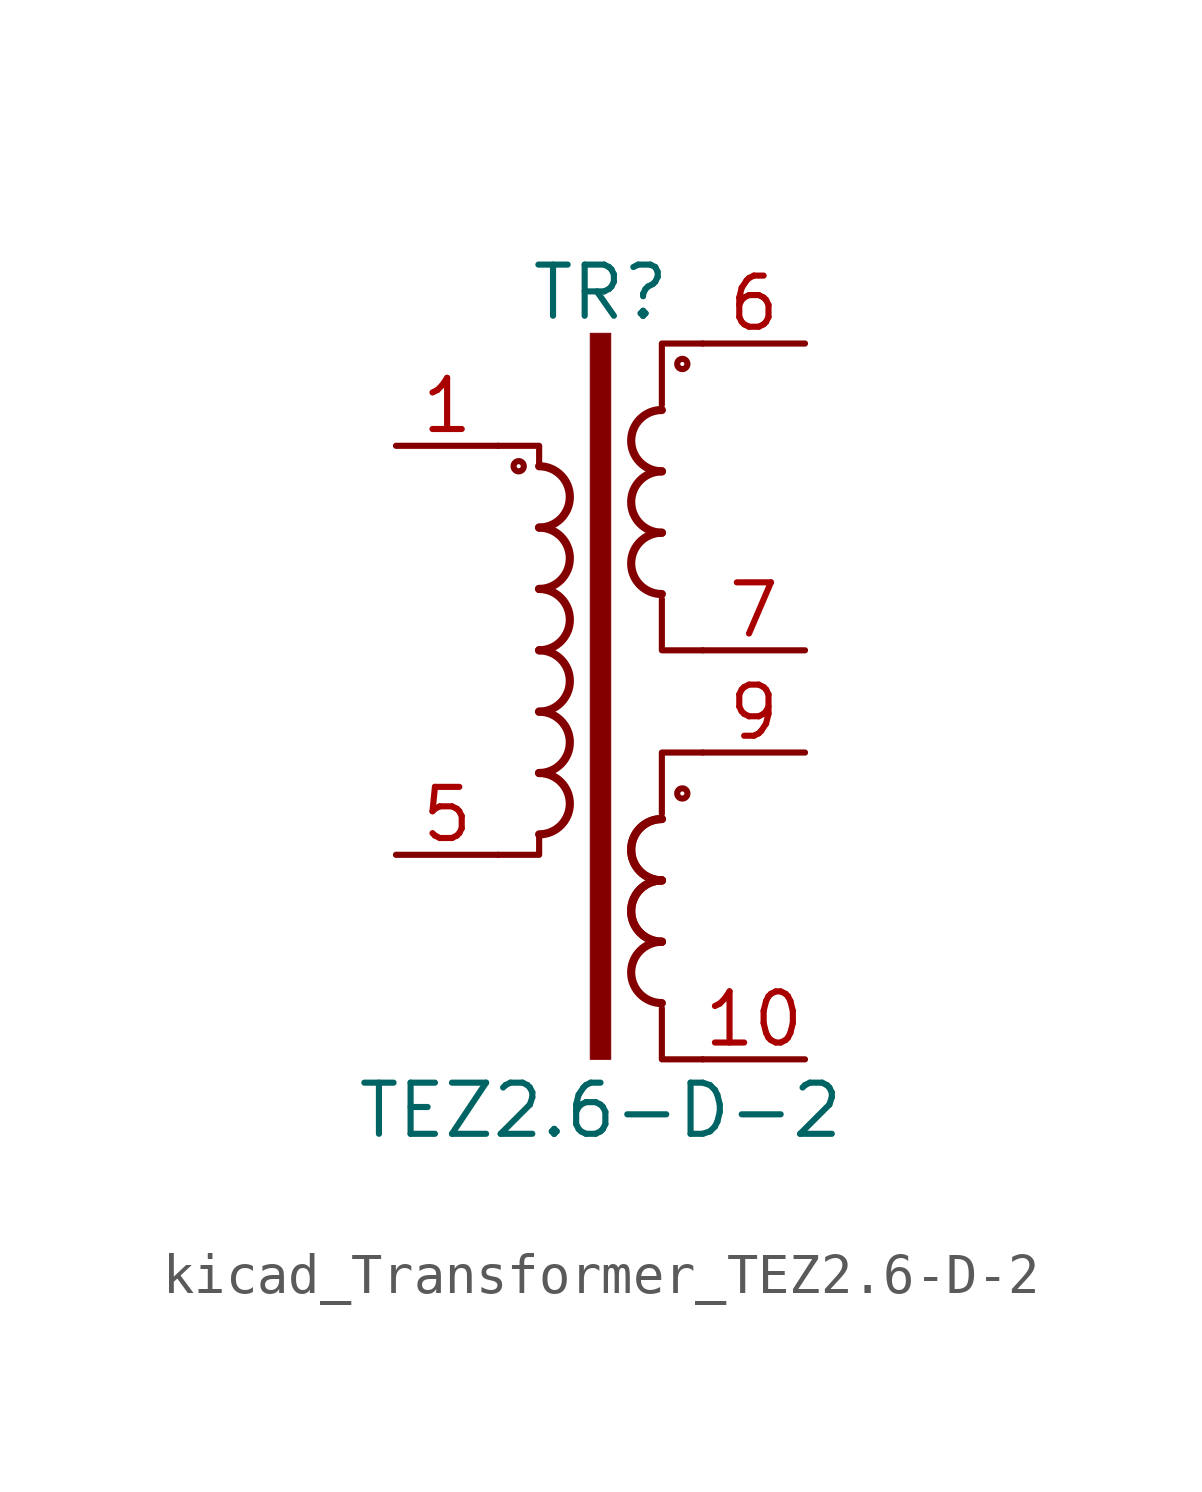
<source format=kicad_sym>
(kicad_symbol_lib
  (version 20220914)
  (generator kicad_symbol_editor)
  (symbol "kicad_Transformer_TEZ2.6-D-2"
    (pin_names
      (offset 0.025))
    (property "Reference" "TR"
      (at 0 8.89 0)
      (effects (font (size 1.27 1.27))))
    (property "Value" "TEZ2.6-D-2"
      (at 0 -11.43 0)
      (effects (font (size 1.27 1.27))))
    (symbol "kicad_Transformer_TEZ2.6-D-2_0_1"
      (circle (center -2.032 4.572) (radius 0.127) (stroke (width 0) (type default)) (fill (type none)))
      (arc (start -1.524 -4.572) (mid -0.7653 -3.81) (end -1.524 -3.048) (stroke (width 0.2032) (type default)) (fill (type none)))
      (arc (start -1.524 -3.048) (mid -0.7653 -2.286) (end -1.524 -1.524) (stroke (width 0.2032) (type default)) (fill (type none)))
      (arc (start -1.524 -1.524) (mid -0.7653 -0.762) (end -1.524 0) (stroke (width 0.2032) (type default)) (fill (type none)))
      (arc (start -1.524 0) (mid -0.7653 0.762) (end -1.524 1.524) (stroke (width 0.2032) (type default)) (fill (type none)))
      (arc (start -1.524 1.524) (mid -0.7653 2.286) (end -1.524 3.048) (stroke (width 0.2032) (type default)) (fill (type none)))
      (arc (start -1.524 3.048) (mid -0.7653 3.81) (end -1.524 4.572) (stroke (width 0.2032) (type default)) (fill (type none)))
      (rectangle (start -0.254 7.874) (end 0.254 -10.16) (stroke (width 0.025) (type default)) (fill (type outline)))
      (polyline (pts (xy -1.524 -4.572) (xy -1.524 -5.08) (xy -2.54 -5.08)) (stroke (width 0) (type default)) (fill (type none)))
      (polyline (pts (xy -1.524 4.572) (xy -1.524 5.08) (xy -2.54 5.08)) (stroke (width 0) (type default)) (fill (type none)))
      (polyline (pts (xy 1.524 -8.89) (xy 1.524 -10.16) (xy 2.54 -10.16)) (stroke (width 0) (type default)) (fill (type none)))
      (polyline (pts (xy 2.54 -2.54) (xy 1.524 -2.54) (xy 1.524 -4.064)) (stroke (width 0) (type default)) (fill (type none)))
      (polyline (pts (xy 2.54 0) (xy 1.524 0) (xy 1.524 1.27)) (stroke (width 0) (type default)) (fill (type none)))
      (polyline (pts (xy 2.54 7.62) (xy 1.524 7.62) (xy 1.524 6.096)) (stroke (width 0) (type default)) (fill (type none)))
      (arc (start 1.524 -7.239) (mid 0.7653 -8.001) (end 1.524 -8.763) (stroke (width 0.2032) (type default)) (fill (type none)))
      (arc (start 1.524 -5.715) (mid 0.7653 -6.477) (end 1.524 -7.239) (stroke (width 0.2032) (type default)) (fill (type none)))
      (arc (start 1.524 -5.715) (mid 0.7653 -6.477) (end 1.524 -7.239) (stroke (width 0.2032) (type default)) (fill (type none)))
      (arc (start 1.524 -4.191) (mid 0.7653 -4.953) (end 1.524 -5.715) (stroke (width 0.2032) (type default)) (fill (type none)))
      (arc (start 1.524 -4.191) (mid 0.7653 -4.953) (end 1.524 -5.715) (stroke (width 0.2032) (type default)) (fill (type none)))
      (arc (start 1.524 2.921) (mid 0.7653 2.159) (end 1.524 1.397) (stroke (width 0.2032) (type default)) (fill (type none)))
      (arc (start 1.524 4.445) (mid 0.7653 3.683) (end 1.524 2.921) (stroke (width 0.2032) (type default)) (fill (type none)))
      (arc (start 1.524 5.969) (mid 0.7653 5.207) (end 1.524 4.445) (stroke (width 0.2032) (type default)) (fill (type none)))
      (circle (center 2.032 -3.556) (radius 0.127) (stroke (width 0) (type default)) (fill (type none)))
      (circle (center 2.032 7.112) (radius 0.127) (stroke (width 0) (type default)) (fill (type none))))
    (symbol "kicad_Transformer_TEZ2.6-D-2_1_1"
      (pin passive line (at -5.08 5.08 0) (length 2.54) (name "~" (effects (font (size 1.27 1.27)))) (number "1" (effects (font (size 1.27 1.27)))))
      (pin passive line (at 5.08 -10.16 180) (length 2.54) (name "~" (effects (font (size 1.27 1.27)))) (number "10" (effects (font (size 1.27 1.27)))))
      (pin passive line (at -5.08 -5.08 0) (length 2.54) (name "~" (effects (font (size 1.27 1.27)))) (number "5" (effects (font (size 1.27 1.27)))))
      (pin passive line (at 5.08 7.62 180) (length 2.54) (name "~" (effects (font (size 1.27 1.27)))) (number "6" (effects (font (size 1.27 1.27)))))
      (pin passive line (at 5.08 0 180) (length 2.54) (name "~" (effects (font (size 1.27 1.27)))) (number "7" (effects (font (size 1.27 1.27)))))
      (pin passive line (at 5.08 -2.54 180) (length 2.54) (name "~" (effects (font (size 1.27 1.27)))) (number "9" (effects (font (size 1.27 1.27))))))))
</source>
